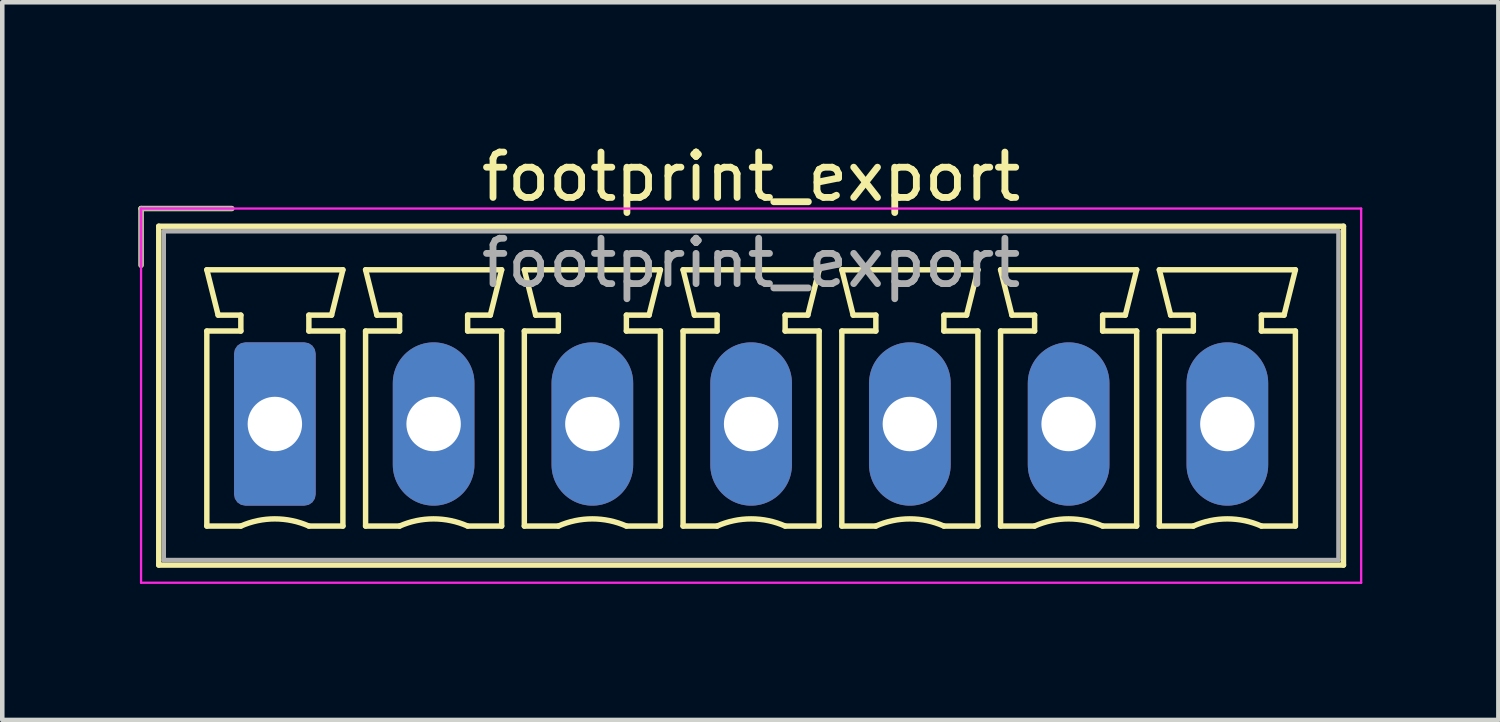
<source format=kicad_pcb>
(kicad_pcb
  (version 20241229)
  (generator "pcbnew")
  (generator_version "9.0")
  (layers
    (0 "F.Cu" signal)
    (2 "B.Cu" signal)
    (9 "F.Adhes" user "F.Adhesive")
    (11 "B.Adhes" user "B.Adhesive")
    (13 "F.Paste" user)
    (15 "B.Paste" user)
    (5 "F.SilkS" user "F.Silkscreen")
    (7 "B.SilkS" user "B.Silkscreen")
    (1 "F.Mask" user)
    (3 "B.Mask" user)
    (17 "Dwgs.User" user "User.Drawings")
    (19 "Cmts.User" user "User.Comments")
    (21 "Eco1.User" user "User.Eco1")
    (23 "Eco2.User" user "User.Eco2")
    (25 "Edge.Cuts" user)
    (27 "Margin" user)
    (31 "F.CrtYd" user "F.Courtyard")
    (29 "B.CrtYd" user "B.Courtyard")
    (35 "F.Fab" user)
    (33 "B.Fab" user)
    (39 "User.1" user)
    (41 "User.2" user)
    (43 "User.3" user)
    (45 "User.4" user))
  (footprint "footprint_export"
    (layer "F.Cu")
    (at 3.01 6.298)
    (property "Reference" "footprint_export" (at 10.5 -5.45 0) (layer "F.SilkS") (effects (font (size 1 1) (thickness 0.15))))
    (attr through_hole)
    (fp_line (start -2.95 -4.75) (end -0.95 -4.75) (stroke (width 0.12) (type solid)) (layer "F.SilkS"))
    (fp_line (start -2.95 -3.5) (end -2.95 -4.75) (stroke (width 0.12) (type solid)) (layer "F.SilkS"))
    (fp_line (start -2.56 -4.36) (end -2.56 3.11) (stroke (width 0.12) (type solid)) (layer "F.SilkS"))
    (fp_line (start -2.56 3.11) (end 23.56 3.11) (stroke (width 0.12) (type solid)) (layer "F.SilkS"))
    (fp_line (start -1.5 -3.4) (end 1.5 -3.4) (stroke (width 0.12) (type solid)) (layer "F.SilkS"))
    (fp_line (start -1.5 -2.05) (end -0.75 -2.05) (stroke (width 0.12) (type solid)) (layer "F.SilkS"))
    (fp_line (start -1.5 2.25) (end -1.5 -2.05) (stroke (width 0.12) (type solid)) (layer "F.SilkS"))
    (fp_line (start -1.25 -2.4) (end -1.5 -3.4) (stroke (width 0.12) (type solid)) (layer "F.SilkS"))
    (fp_line (start -0.75 -2.4) (end -1.25 -2.4) (stroke (width 0.12) (type solid)) (layer "F.SilkS"))
    (fp_line (start -0.75 -2.05) (end -0.75 -2.4) (stroke (width 0.12) (type solid)) (layer "F.SilkS"))
    (fp_line (start -0.75 2.25) (end -1.5 2.25) (stroke (width 0.12) (type solid)) (layer "F.SilkS"))
    (fp_line (start 0.75 -2.4) (end 0.75 -2.05) (stroke (width 0.12) (type solid)) (layer "F.SilkS"))
    (fp_line (start 0.75 -2.05) (end 1.5 -2.05) (stroke (width 0.12) (type solid)) (layer "F.SilkS"))
    (fp_line (start 1.25 -2.4) (end 0.75 -2.4) (stroke (width 0.12) (type solid)) (layer "F.SilkS"))
    (fp_line (start 1.5 -3.4) (end 1.25 -2.4) (stroke (width 0.12) (type solid)) (layer "F.SilkS"))
    (fp_line (start 1.5 -2.05) (end 1.5 2.25) (stroke (width 0.12) (type solid)) (layer "F.SilkS"))
    (fp_line (start 1.5 2.25) (end 0.75 2.25) (stroke (width 0.12) (type solid)) (layer "F.SilkS"))
    (fp_line (start 2 -3.4) (end 5 -3.4) (stroke (width 0.12) (type solid)) (layer "F.SilkS"))
    (fp_line (start 2 -2.05) (end 2.75 -2.05) (stroke (width 0.12) (type solid)) (layer "F.SilkS"))
    (fp_line (start 2 2.25) (end 2 -2.05) (stroke (width 0.12) (type solid)) (layer "F.SilkS"))
    (fp_line (start 2.25 -2.4) (end 2 -3.4) (stroke (width 0.12) (type solid)) (layer "F.SilkS"))
    (fp_line (start 2.75 -2.4) (end 2.25 -2.4) (stroke (width 0.12) (type solid)) (layer "F.SilkS"))
    (fp_line (start 2.75 -2.05) (end 2.75 -2.4) (stroke (width 0.12) (type solid)) (layer "F.SilkS"))
    (fp_line (start 2.75 2.25) (end 2 2.25) (stroke (width 0.12) (type solid)) (layer "F.SilkS"))
    (fp_line (start 4.25 -2.4) (end 4.25 -2.05) (stroke (width 0.12) (type solid)) (layer "F.SilkS"))
    (fp_line (start 4.25 -2.05) (end 5 -2.05) (stroke (width 0.12) (type solid)) (layer "F.SilkS"))
    (fp_line (start 4.75 -2.4) (end 4.25 -2.4) (stroke (width 0.12) (type solid)) (layer "F.SilkS"))
    (fp_line (start 5 -3.4) (end 4.75 -2.4) (stroke (width 0.12) (type solid)) (layer "F.SilkS"))
    (fp_line (start 5 -2.05) (end 5 2.25) (stroke (width 0.12) (type solid)) (layer "F.SilkS"))
    (fp_line (start 5 2.25) (end 4.25 2.25) (stroke (width 0.12) (type solid)) (layer "F.SilkS"))
    (fp_line (start 5.5 -3.4) (end 8.5 -3.4) (stroke (width 0.12) (type solid)) (layer "F.SilkS"))
    (fp_line (start 5.5 -2.05) (end 6.25 -2.05) (stroke (width 0.12) (type solid)) (layer "F.SilkS"))
    (fp_line (start 5.5 2.25) (end 5.5 -2.05) (stroke (width 0.12) (type solid)) (layer "F.SilkS"))
    (fp_line (start 5.75 -2.4) (end 5.5 -3.4) (stroke (width 0.12) (type solid)) (layer "F.SilkS"))
    (fp_line (start 6.25 -2.4) (end 5.75 -2.4) (stroke (width 0.12) (type solid)) (layer "F.SilkS"))
    (fp_line (start 6.25 -2.05) (end 6.25 -2.4) (stroke (width 0.12) (type solid)) (layer "F.SilkS"))
    (fp_line (start 6.25 2.25) (end 5.5 2.25) (stroke (width 0.12) (type solid)) (layer "F.SilkS"))
    (fp_line (start 7.75 -2.4) (end 7.75 -2.05) (stroke (width 0.12) (type solid)) (layer "F.SilkS"))
    (fp_line (start 7.75 -2.05) (end 8.5 -2.05) (stroke (width 0.12) (type solid)) (layer "F.SilkS"))
    (fp_line (start 8.25 -2.4) (end 7.75 -2.4) (stroke (width 0.12) (type solid)) (layer "F.SilkS"))
    (fp_line (start 8.5 -3.4) (end 8.25 -2.4) (stroke (width 0.12) (type solid)) (layer "F.SilkS"))
    (fp_line (start 8.5 -2.05) (end 8.5 2.25) (stroke (width 0.12) (type solid)) (layer "F.SilkS"))
    (fp_line (start 8.5 2.25) (end 7.75 2.25) (stroke (width 0.12) (type solid)) (layer "F.SilkS"))
    (fp_line (start 9 -3.4) (end 12 -3.4) (stroke (width 0.12) (type solid)) (layer "F.SilkS"))
    (fp_line (start 9 -2.05) (end 9.75 -2.05) (stroke (width 0.12) (type solid)) (layer "F.SilkS"))
    (fp_line (start 9 2.25) (end 9 -2.05) (stroke (width 0.12) (type solid)) (layer "F.SilkS"))
    (fp_line (start 9.25 -2.4) (end 9 -3.4) (stroke (width 0.12) (type solid)) (layer "F.SilkS"))
    (fp_line (start 9.75 -2.4) (end 9.25 -2.4) (stroke (width 0.12) (type solid)) (layer "F.SilkS"))
    (fp_line (start 9.75 -2.05) (end 9.75 -2.4) (stroke (width 0.12) (type solid)) (layer "F.SilkS"))
    (fp_line (start 9.75 2.25) (end 9 2.25) (stroke (width 0.12) (type solid)) (layer "F.SilkS"))
    (fp_line (start 11.25 -2.4) (end 11.25 -2.05) (stroke (width 0.12) (type solid)) (layer "F.SilkS"))
    (fp_line (start 11.25 -2.05) (end 12 -2.05) (stroke (width 0.12) (type solid)) (layer "F.SilkS"))
    (fp_line (start 11.75 -2.4) (end 11.25 -2.4) (stroke (width 0.12) (type solid)) (layer "F.SilkS"))
    (fp_line (start 12 -3.4) (end 11.75 -2.4) (stroke (width 0.12) (type solid)) (layer "F.SilkS"))
    (fp_line (start 12 -2.05) (end 12 2.25) (stroke (width 0.12) (type solid)) (layer "F.SilkS"))
    (fp_line (start 12 2.25) (end 11.25 2.25) (stroke (width 0.12) (type solid)) (layer "F.SilkS"))
    (fp_line (start 12.5 -3.4) (end 15.5 -3.4) (stroke (width 0.12) (type solid)) (layer "F.SilkS"))
    (fp_line (start 12.5 -2.05) (end 13.25 -2.05) (stroke (width 0.12) (type solid)) (layer "F.SilkS"))
    (fp_line (start 12.5 2.25) (end 12.5 -2.05) (stroke (width 0.12) (type solid)) (layer "F.SilkS"))
    (fp_line (start 12.75 -2.4) (end 12.5 -3.4) (stroke (width 0.12) (type solid)) (layer "F.SilkS"))
    (fp_line (start 13.25 -2.4) (end 12.75 -2.4) (stroke (width 0.12) (type solid)) (layer "F.SilkS"))
    (fp_line (start 13.25 -2.05) (end 13.25 -2.4) (stroke (width 0.12) (type solid)) (layer "F.SilkS"))
    (fp_line (start 13.25 2.25) (end 12.5 2.25) (stroke (width 0.12) (type solid)) (layer "F.SilkS"))
    (fp_line (start 14.75 -2.4) (end 14.75 -2.05) (stroke (width 0.12) (type solid)) (layer "F.SilkS"))
    (fp_line (start 14.75 -2.05) (end 15.5 -2.05) (stroke (width 0.12) (type solid)) (layer "F.SilkS"))
    (fp_line (start 15.25 -2.4) (end 14.75 -2.4) (stroke (width 0.12) (type solid)) (layer "F.SilkS"))
    (fp_line (start 15.5 -3.4) (end 15.25 -2.4) (stroke (width 0.12) (type solid)) (layer "F.SilkS"))
    (fp_line (start 15.5 -2.05) (end 15.5 2.25) (stroke (width 0.12) (type solid)) (layer "F.SilkS"))
    (fp_line (start 15.5 2.25) (end 14.75 2.25) (stroke (width 0.12) (type solid)) (layer "F.SilkS"))
    (fp_line (start 16 -3.4) (end 19 -3.4) (stroke (width 0.12) (type solid)) (layer "F.SilkS"))
    (fp_line (start 16 -2.05) (end 16.75 -2.05) (stroke (width 0.12) (type solid)) (layer "F.SilkS"))
    (fp_line (start 16 2.25) (end 16 -2.05) (stroke (width 0.12) (type solid)) (layer "F.SilkS"))
    (fp_line (start 16.25 -2.4) (end 16 -3.4) (stroke (width 0.12) (type solid)) (layer "F.SilkS"))
    (fp_line (start 16.75 -2.4) (end 16.25 -2.4) (stroke (width 0.12) (type solid)) (layer "F.SilkS"))
    (fp_line (start 16.75 -2.05) (end 16.75 -2.4) (stroke (width 0.12) (type solid)) (layer "F.SilkS"))
    (fp_line (start 16.75 2.25) (end 16 2.25) (stroke (width 0.12) (type solid)) (layer "F.SilkS"))
    (fp_line (start 18.25 -2.4) (end 18.25 -2.05) (stroke (width 0.12) (type solid)) (layer "F.SilkS"))
    (fp_line (start 18.25 -2.05) (end 19 -2.05) (stroke (width 0.12) (type solid)) (layer "F.SilkS"))
    (fp_line (start 18.75 -2.4) (end 18.25 -2.4) (stroke (width 0.12) (type solid)) (layer "F.SilkS"))
    (fp_line (start 19 -3.4) (end 18.75 -2.4) (stroke (width 0.12) (type solid)) (layer "F.SilkS"))
    (fp_line (start 19 -2.05) (end 19 2.25) (stroke (width 0.12) (type solid)) (layer "F.SilkS"))
    (fp_line (start 19 2.25) (end 18.25 2.25) (stroke (width 0.12) (type solid)) (layer "F.SilkS"))
    (fp_line (start 19.5 -3.4) (end 22.5 -3.4) (stroke (width 0.12) (type solid)) (layer "F.SilkS"))
    (fp_line (start 19.5 -2.05) (end 20.25 -2.05) (stroke (width 0.12) (type solid)) (layer "F.SilkS"))
    (fp_line (start 19.5 2.25) (end 19.5 -2.05) (stroke (width 0.12) (type solid)) (layer "F.SilkS"))
    (fp_line (start 19.75 -2.4) (end 19.5 -3.4) (stroke (width 0.12) (type solid)) (layer "F.SilkS"))
    (fp_line (start 20.25 -2.4) (end 19.75 -2.4) (stroke (width 0.12) (type solid)) (layer "F.SilkS"))
    (fp_line (start 20.25 -2.05) (end 20.25 -2.4) (stroke (width 0.12) (type solid)) (layer "F.SilkS"))
    (fp_line (start 20.25 2.25) (end 19.5 2.25) (stroke (width 0.12) (type solid)) (layer "F.SilkS"))
    (fp_line (start 21.75 -2.4) (end 21.75 -2.05) (stroke (width 0.12) (type solid)) (layer "F.SilkS"))
    (fp_line (start 21.75 -2.05) (end 22.5 -2.05) (stroke (width 0.12) (type solid)) (layer "F.SilkS"))
    (fp_line (start 22.25 -2.4) (end 21.75 -2.4) (stroke (width 0.12) (type solid)) (layer "F.SilkS"))
    (fp_line (start 22.5 -3.4) (end 22.25 -2.4) (stroke (width 0.12) (type solid)) (layer "F.SilkS"))
    (fp_line (start 22.5 -2.05) (end 22.5 2.25) (stroke (width 0.12) (type solid)) (layer "F.SilkS"))
    (fp_line (start 22.5 2.25) (end 21.75 2.25) (stroke (width 0.12) (type solid)) (layer "F.SilkS"))
    (fp_line (start 23.56 -4.36) (end -2.56 -4.36) (stroke (width 0.12) (type solid)) (layer "F.SilkS"))
    (fp_line (start 23.56 3.11) (end 23.56 -4.36) (stroke (width 0.12) (type solid)) (layer "F.SilkS"))
    (fp_arc (start -0.75 2.25) (mid -0.000193 2.09191) (end 0.749647 2.249844) (stroke (width 0.12) (type solid)) (layer "F.SilkS"))
    (fp_arc (start 2.75 2.25) (mid 3.499807 2.09191) (end 4.249647 2.249844) (stroke (width 0.12) (type solid)) (layer "F.SilkS"))
    (fp_arc (start 6.25 2.25) (mid 6.999807 2.09191) (end 7.749647 2.249844) (stroke (width 0.12) (type solid)) (layer "F.SilkS"))
    (fp_arc (start 9.75 2.25) (mid 10.499807 2.09191) (end 11.249647 2.249844) (stroke (width 0.12) (type solid)) (layer "F.SilkS"))
    (fp_arc (start 13.25 2.25) (mid 13.999807 2.09191) (end 14.749647 2.249844) (stroke (width 0.12) (type solid)) (layer "F.SilkS"))
    (fp_arc (start 16.75 2.25) (mid 17.499807 2.09191) (end 18.249647 2.249844) (stroke (width 0.12) (type solid)) (layer "F.SilkS"))
    (fp_arc (start 20.25 2.25) (mid 20.999807 2.09191) (end 21.749647 2.249844) (stroke (width 0.12) (type solid)) (layer "F.SilkS"))
    (fp_line (start -2.95 -4.75) (end -2.95 3.5) (stroke (width 0.05) (type solid)) (layer "F.CrtYd"))
    (fp_line (start -2.95 3.5) (end 23.95 3.5) (stroke (width 0.05) (type solid)) (layer "F.CrtYd"))
    (fp_line (start 23.95 -4.75) (end -2.95 -4.75) (stroke (width 0.05) (type solid)) (layer "F.CrtYd"))
    (fp_line (start 23.95 3.5) (end 23.95 -4.75) (stroke (width 0.05) (type solid)) (layer "F.CrtYd"))
    (fp_line (start -2.95 -4.75) (end -0.95 -4.75) (stroke (width 0.1) (type solid)) (layer "F.Fab"))
    (fp_line (start -2.95 -3.5) (end -2.95 -4.75) (stroke (width 0.1) (type solid)) (layer "F.Fab"))
    (fp_line (start -2.45 -4.25) (end -2.45 3) (stroke (width 0.1) (type solid)) (layer "F.Fab"))
    (fp_line (start -2.45 3) (end 23.45 3) (stroke (width 0.1) (type solid)) (layer "F.Fab"))
    (fp_line (start 23.45 -4.25) (end -2.45 -4.25) (stroke (width 0.1) (type solid)) (layer "F.Fab"))
    (fp_line (start 23.45 3) (end 23.45 -4.25) (stroke (width 0.1) (type solid)) (layer "F.Fab"))
    (fp_text user "${REFERENCE}" (at 10.5 -3.55 0) (layer "F.Fab") (effects (font (size 1 1) (thickness 0.15))))
    (pad "1" thru_hole roundrect (at 0 0) (size 1.8 3.6) (drill 1.2) (layers "*.Cu" "*.Mask") (roundrect_rratio 0.139))
    (pad "2" thru_hole oval (at 3.5 0) (size 1.8 3.6) (drill 1.2) (layers "*.Cu" "*.Mask"))
    (pad "3" thru_hole oval (at 7 0) (size 1.8 3.6) (drill 1.2) (layers "*.Cu" "*.Mask"))
    (pad "4" thru_hole oval (at 10.5 0) (size 1.8 3.6) (drill 1.2) (layers "*.Cu" "*.Mask"))
    (pad "5" thru_hole oval (at 14 0) (size 1.8 3.6) (drill 1.2) (layers "*.Cu" "*.Mask"))
    (pad "6" thru_hole oval (at 17.5 0) (size 1.8 3.6) (drill 1.2) (layers "*.Cu" "*.Mask"))
    (pad "7" thru_hole oval (at 21 0) (size 1.8 3.6) (drill 1.2) (layers "*.Cu" "*.Mask")))
  (gr_rect
    (start -3 -3)
    (end 29.985 12.823)
    (stroke (width 0.1) (type default))
    (fill no)
    (layer "Edge.Cuts")))
</source>
